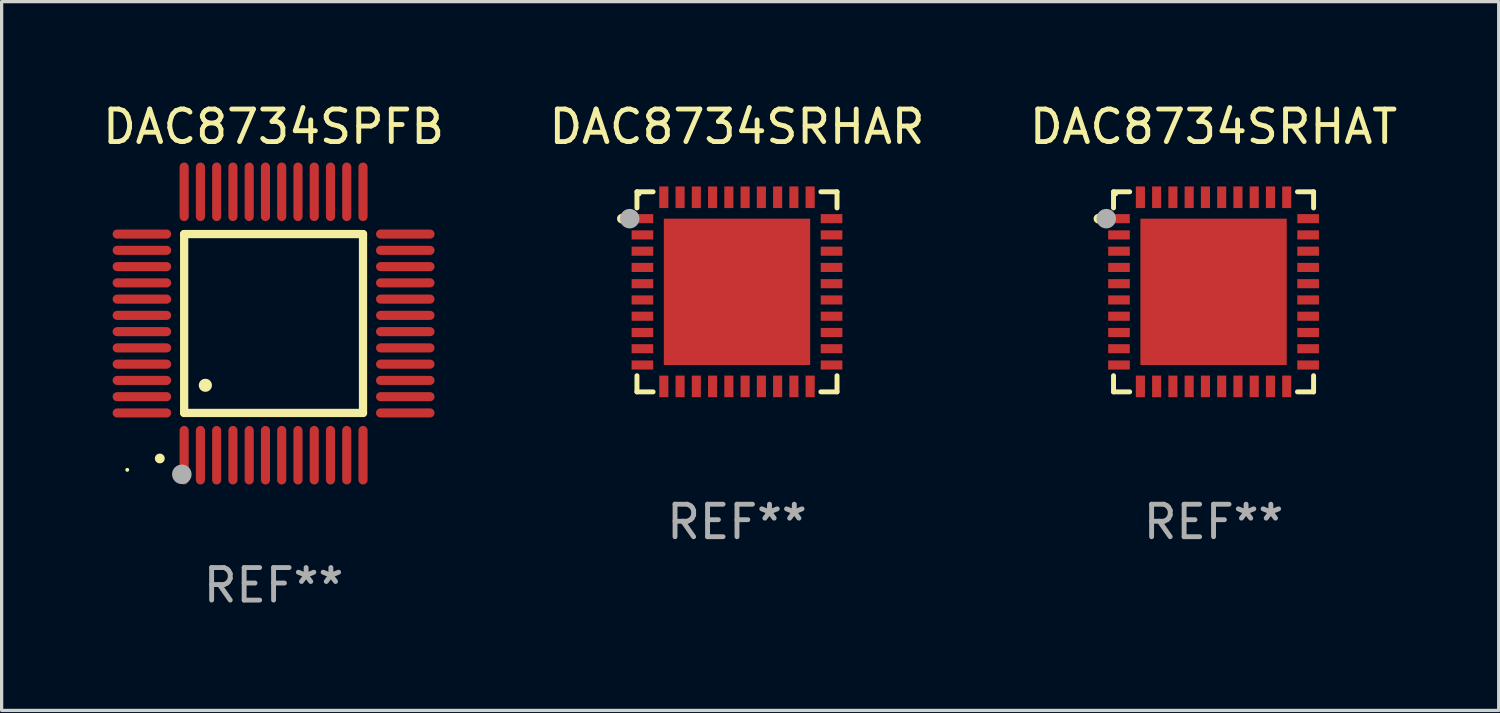
<source format=kicad_pcb>
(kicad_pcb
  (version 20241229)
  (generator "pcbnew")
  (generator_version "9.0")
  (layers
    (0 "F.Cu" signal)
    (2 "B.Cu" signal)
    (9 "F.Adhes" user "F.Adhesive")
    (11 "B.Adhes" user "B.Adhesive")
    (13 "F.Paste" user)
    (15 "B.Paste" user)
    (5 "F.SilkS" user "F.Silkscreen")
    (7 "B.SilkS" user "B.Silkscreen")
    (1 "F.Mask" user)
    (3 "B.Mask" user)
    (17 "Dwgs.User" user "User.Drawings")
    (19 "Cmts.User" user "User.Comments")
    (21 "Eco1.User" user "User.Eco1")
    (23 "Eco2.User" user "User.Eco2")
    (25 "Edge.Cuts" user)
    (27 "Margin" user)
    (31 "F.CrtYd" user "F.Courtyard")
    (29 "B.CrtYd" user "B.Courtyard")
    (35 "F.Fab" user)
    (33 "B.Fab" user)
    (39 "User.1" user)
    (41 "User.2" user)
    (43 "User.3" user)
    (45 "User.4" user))
  (footprint "DAC8734SPFB"
    (layer "F.Cu")
    (at 5.363 6.898)
    (property "Reference" "DAC8734SPFB" (at 0 -6.05 0) (layer "F.SilkS") (effects (font (size 1 1) (thickness 0.15))))
    (attr through_hole)
    (fp_line (start -2.75 -2.75) (end 2.75 -2.75) (stroke (width 0.254) (type solid)) (layer "F.SilkS"))
    (fp_line (start -2.75 2.75) (end -2.75 -2.75) (stroke (width 0.254) (type solid)) (layer "F.SilkS"))
    (fp_line (start 2.75 -2.75) (end 2.75 2.75) (stroke (width 0.254) (type solid)) (layer "F.SilkS"))
    (fp_line (start 2.75 2.75) (end -2.75 2.75) (stroke (width 0.254) (type solid)) (layer "F.SilkS"))
    (fp_arc (start -3.500127 4.150368) (mid -3.498857 4.150363) (end -3.497587 4.150368) (stroke (width 0.3) (type solid)) (layer "F.SilkS"))
    (fp_arc (start -2.100584 1.899924) (mid -2.098044 1.899908) (end -2.095504 1.899924) (stroke (width 0.4) (type solid)) (layer "F.SilkS"))
    (fp_circle (center -4.5 4.5) (end -4.47 4.5) (stroke (width 0.06) (type solid)) (fill no) (layer "F.SilkS"))
    (fp_circle (center -2.822 4.638) (end -2.672 4.638) (stroke (width 0.3) (type solid)) (fill no) (layer "F.Fab"))
    (fp_text user "REF**" (at 0 8.05 0) (layer "F.Fab") (effects (font (size 1 1) (thickness 0.15))))
    (pad "1" smd oval (at -2.75 4.05) (size 0.28 1.8) (layers "F.Cu" "F.Mask" "F.Paste"))
    (pad "2" smd oval (at -2.25 4.05) (size 0.28 1.8) (layers "F.Cu" "F.Mask" "F.Paste"))
    (pad "3" smd oval (at -1.75 4.05) (size 0.28 1.8) (layers "F.Cu" "F.Mask" "F.Paste"))
    (pad "4" smd oval (at -1.25 4.05) (size 0.28 1.8) (layers "F.Cu" "F.Mask" "F.Paste"))
    (pad "5" smd oval (at -0.75 4.05) (size 0.28 1.8) (layers "F.Cu" "F.Mask" "F.Paste"))
    (pad "6" smd oval (at -0.25 4.05) (size 0.28 1.8) (layers "F.Cu" "F.Mask" "F.Paste"))
    (pad "7" smd oval (at 0.25 4.05) (size 0.28 1.8) (layers "F.Cu" "F.Mask" "F.Paste"))
    (pad "8" smd oval (at 0.75 4.05) (size 0.28 1.8) (layers "F.Cu" "F.Mask" "F.Paste"))
    (pad "9" smd oval (at 1.25 4.05) (size 0.28 1.8) (layers "F.Cu" "F.Mask" "F.Paste"))
    (pad "10" smd oval (at 1.75 4.05) (size 0.28 1.8) (layers "F.Cu" "F.Mask" "F.Paste"))
    (pad "11" smd oval (at 2.25 4.05) (size 0.28 1.8) (layers "F.Cu" "F.Mask" "F.Paste"))
    (pad "12" smd oval (at 2.75 4.05) (size 0.28 1.8) (layers "F.Cu" "F.Mask" "F.Paste"))
    (pad "13" smd oval (at 4.05 2.75) (size 1.8 0.28) (layers "F.Cu" "F.Mask" "F.Paste"))
    (pad "14" smd oval (at 4.05 2.25) (size 1.8 0.28) (layers "F.Cu" "F.Mask" "F.Paste"))
    (pad "15" smd oval (at 4.05 1.75) (size 1.8 0.28) (layers "F.Cu" "F.Mask" "F.Paste"))
    (pad "16" smd oval (at 4.05 1.25) (size 1.8 0.28) (layers "F.Cu" "F.Mask" "F.Paste"))
    (pad "17" smd oval (at 4.05 0.75) (size 1.8 0.28) (layers "F.Cu" "F.Mask" "F.Paste"))
    (pad "18" smd oval (at 4.05 0.25) (size 1.8 0.28) (layers "F.Cu" "F.Mask" "F.Paste"))
    (pad "19" smd oval (at 4.05 -0.25) (size 1.8 0.28) (layers "F.Cu" "F.Mask" "F.Paste"))
    (pad "20" smd oval (at 4.05 -0.75) (size 1.8 0.28) (layers "F.Cu" "F.Mask" "F.Paste"))
    (pad "21" smd oval (at 4.05 -1.25) (size 1.8 0.28) (layers "F.Cu" "F.Mask" "F.Paste"))
    (pad "22" smd oval (at 4.05 -1.75) (size 1.8 0.28) (layers "F.Cu" "F.Mask" "F.Paste"))
    (pad "23" smd oval (at 4.05 -2.25) (size 1.8 0.28) (layers "F.Cu" "F.Mask" "F.Paste"))
    (pad "24" smd oval (at 4.05 -2.75) (size 1.8 0.28) (layers "F.Cu" "F.Mask" "F.Paste"))
    (pad "25" smd oval (at 2.75 -4.05) (size 0.28 1.8) (layers "F.Cu" "F.Mask" "F.Paste"))
    (pad "26" smd oval (at 2.25 -4.05) (size 0.28 1.8) (layers "F.Cu" "F.Mask" "F.Paste"))
    (pad "27" smd oval (at 1.75 -4.05) (size 0.28 1.8) (layers "F.Cu" "F.Mask" "F.Paste"))
    (pad "28" smd oval (at 1.25 -4.05) (size 0.28 1.8) (layers "F.Cu" "F.Mask" "F.Paste"))
    (pad "29" smd oval (at 0.75 -4.05) (size 0.28 1.8) (layers "F.Cu" "F.Mask" "F.Paste"))
    (pad "30" smd oval (at 0.25 -4.05) (size 0.28 1.8) (layers "F.Cu" "F.Mask" "F.Paste"))
    (pad "31" smd oval (at -0.25 -4.05) (size 0.28 1.8) (layers "F.Cu" "F.Mask" "F.Paste"))
    (pad "32" smd oval (at -0.75 -4.05) (size 0.28 1.8) (layers "F.Cu" "F.Mask" "F.Paste"))
    (pad "33" smd oval (at -1.25 -4.05) (size 0.28 1.8) (layers "F.Cu" "F.Mask" "F.Paste"))
    (pad "34" smd oval (at -1.75 -4.05) (size 0.28 1.8) (layers "F.Cu" "F.Mask" "F.Paste"))
    (pad "35" smd oval (at -2.25 -4.05) (size 0.28 1.8) (layers "F.Cu" "F.Mask" "F.Paste"))
    (pad "36" smd oval (at -2.75 -4.05) (size 0.28 1.8) (layers "F.Cu" "F.Mask" "F.Paste"))
    (pad "37" smd oval (at -4.05 -2.75) (size 1.8 0.28) (layers "F.Cu" "F.Mask" "F.Paste"))
    (pad "38" smd oval (at -4.05 -2.25) (size 1.8 0.28) (layers "F.Cu" "F.Mask" "F.Paste"))
    (pad "39" smd oval (at -4.05 -1.75) (size 1.8 0.28) (layers "F.Cu" "F.Mask" "F.Paste"))
    (pad "40" smd oval (at -4.05 -1.25) (size 1.8 0.28) (layers "F.Cu" "F.Mask" "F.Paste"))
    (pad "41" smd oval (at -4.05 -0.75) (size 1.8 0.28) (layers "F.Cu" "F.Mask" "F.Paste"))
    (pad "42" smd oval (at -4.05 -0.25) (size 1.8 0.28) (layers "F.Cu" "F.Mask" "F.Paste"))
    (pad "43" smd oval (at -4.05 0.25) (size 1.8 0.28) (layers "F.Cu" "F.Mask" "F.Paste"))
    (pad "44" smd oval (at -4.05 0.75) (size 1.8 0.28) (layers "F.Cu" "F.Mask" "F.Paste"))
    (pad "45" smd oval (at -4.05 1.25) (size 1.8 0.28) (layers "F.Cu" "F.Mask" "F.Paste"))
    (pad "46" smd oval (at -4.05 1.75) (size 1.8 0.28) (layers "F.Cu" "F.Mask" "F.Paste"))
    (pad "47" smd oval (at -4.05 2.25) (size 1.8 0.28) (layers "F.Cu" "F.Mask" "F.Paste"))
    (pad "48" smd oval (at -4.05 2.75) (size 1.8 0.28) (layers "F.Cu" "F.Mask" "F.Paste")))
  (footprint "DAC8734SRHAR"
    (layer "F.Cu")
    (at 19.613 5.924)
    (property "Reference" "DAC8734SRHAR" (at 0 -5.076 0) (layer "F.SilkS") (effects (font (size 1 1) (thickness 0.15))))
    (attr through_hole)
    (fp_line (start -3.076 -3.076) (end -3.076 -2.58) (stroke (width 0.152) (type solid)) (layer "F.SilkS"))
    (fp_line (start -3.076 3.076) (end -3.076 2.58) (stroke (width 0.152) (type solid)) (layer "F.SilkS"))
    (fp_line (start -2.58 -3.076) (end -3.076 -3.076) (stroke (width 0.152) (type solid)) (layer "F.SilkS"))
    (fp_line (start -2.58 3.076) (end -3.076 3.076) (stroke (width 0.152) (type solid)) (layer "F.SilkS"))
    (fp_line (start 2.58 -3.076) (end 3.076 -3.076) (stroke (width 0.152) (type solid)) (layer "F.SilkS"))
    (fp_line (start 2.58 3.076) (end 3.076 3.076) (stroke (width 0.152) (type solid)) (layer "F.SilkS"))
    (fp_line (start 3.076 -3.076) (end 3.076 -2.58) (stroke (width 0.152) (type solid)) (layer "F.SilkS"))
    (fp_line (start 3.076 3.076) (end 3.076 2.58) (stroke (width 0.152) (type solid)) (layer "F.SilkS"))
    (fp_circle (center -3.54 -2.25) (end -3.465 -2.25) (stroke (width 0.15) (type solid)) (fill no) (layer "F.SilkS"))
    (fp_circle (center -3 -3) (end -2.97 -3) (stroke (width 0.06) (type solid)) (fill no) (layer "F.SilkS"))
    (fp_circle (center -3.3 -2.25) (end -3.15 -2.25) (stroke (width 0.3) (type solid)) (fill no) (layer "F.Fab"))
    (fp_text user "REF**" (at 0 7.076 0) (layer "F.Fab") (effects (font (size 1 1) (thickness 0.15))))
    (pad "1" smd rect (at -2.908 -2.25) (size 0.665 0.28) (layers "F.Cu" "F.Mask" "F.Paste"))
    (pad "2" smd rect (at -2.908 -1.75) (size 0.665 0.28) (layers "F.Cu" "F.Mask" "F.Paste"))
    (pad "3" smd rect (at -2.908 -1.25) (size 0.665 0.28) (layers "F.Cu" "F.Mask" "F.Paste"))
    (pad "4" smd rect (at -2.908 -0.75) (size 0.665 0.28) (layers "F.Cu" "F.Mask" "F.Paste"))
    (pad "5" smd rect (at -2.908 -0.25) (size 0.665 0.28) (layers "F.Cu" "F.Mask" "F.Paste"))
    (pad "6" smd rect (at -2.908 0.25) (size 0.665 0.28) (layers "F.Cu" "F.Mask" "F.Paste"))
    (pad "7" smd rect (at -2.908 0.75) (size 0.665 0.28) (layers "F.Cu" "F.Mask" "F.Paste"))
    (pad "8" smd rect (at -2.908 1.25) (size 0.665 0.28) (layers "F.Cu" "F.Mask" "F.Paste"))
    (pad "9" smd rect (at -2.908 1.75) (size 0.665 0.28) (layers "F.Cu" "F.Mask" "F.Paste"))
    (pad "10" smd rect (at -2.908 2.25) (size 0.665 0.28) (layers "F.Cu" "F.Mask" "F.Paste"))
    (pad "11" smd rect (at -2.25 2.908) (size 0.28 0.665) (layers "F.Cu" "F.Mask" "F.Paste"))
    (pad "12" smd rect (at -1.75 2.908) (size 0.28 0.665) (layers "F.Cu" "F.Mask" "F.Paste"))
    (pad "13" smd rect (at -1.25 2.908) (size 0.28 0.665) (layers "F.Cu" "F.Mask" "F.Paste"))
    (pad "14" smd rect (at -0.75 2.908) (size 0.28 0.665) (layers "F.Cu" "F.Mask" "F.Paste"))
    (pad "15" smd rect (at -0.25 2.908) (size 0.28 0.665) (layers "F.Cu" "F.Mask" "F.Paste"))
    (pad "16" smd rect (at 0.25 2.908) (size 0.28 0.665) (layers "F.Cu" "F.Mask" "F.Paste"))
    (pad "17" smd rect (at 0.75 2.908) (size 0.28 0.665) (layers "F.Cu" "F.Mask" "F.Paste"))
    (pad "18" smd rect (at 1.25 2.908) (size 0.28 0.665) (layers "F.Cu" "F.Mask" "F.Paste"))
    (pad "19" smd rect (at 1.75 2.908) (size 0.28 0.665) (layers "F.Cu" "F.Mask" "F.Paste"))
    (pad "20" smd rect (at 2.25 2.908) (size 0.28 0.665) (layers "F.Cu" "F.Mask" "F.Paste"))
    (pad "21" smd rect (at 2.908 2.25) (size 0.665 0.28) (layers "F.Cu" "F.Mask" "F.Paste"))
    (pad "22" smd rect (at 2.908 1.75) (size 0.665 0.28) (layers "F.Cu" "F.Mask" "F.Paste"))
    (pad "23" smd rect (at 2.908 1.25) (size 0.665 0.28) (layers "F.Cu" "F.Mask" "F.Paste"))
    (pad "24" smd rect (at 2.908 0.75) (size 0.665 0.28) (layers "F.Cu" "F.Mask" "F.Paste"))
    (pad "25" smd rect (at 2.908 0.25) (size 0.665 0.28) (layers "F.Cu" "F.Mask" "F.Paste"))
    (pad "26" smd rect (at 2.908 -0.25) (size 0.665 0.28) (layers "F.Cu" "F.Mask" "F.Paste"))
    (pad "27" smd rect (at 2.908 -0.75) (size 0.665 0.28) (layers "F.Cu" "F.Mask" "F.Paste"))
    (pad "28" smd rect (at 2.908 -1.25) (size 0.665 0.28) (layers "F.Cu" "F.Mask" "F.Paste"))
    (pad "29" smd rect (at 2.908 -1.75) (size 0.665 0.28) (layers "F.Cu" "F.Mask" "F.Paste"))
    (pad "30" smd rect (at 2.908 -2.25) (size 0.665 0.28) (layers "F.Cu" "F.Mask" "F.Paste"))
    (pad "31" smd rect (at 2.25 -2.908) (size 0.28 0.665) (layers "F.Cu" "F.Mask" "F.Paste"))
    (pad "32" smd rect (at 1.75 -2.908) (size 0.28 0.665) (layers "F.Cu" "F.Mask" "F.Paste"))
    (pad "33" smd rect (at 1.25 -2.908) (size 0.28 0.665) (layers "F.Cu" "F.Mask" "F.Paste"))
    (pad "34" smd rect (at 0.75 -2.908) (size 0.28 0.665) (layers "F.Cu" "F.Mask" "F.Paste"))
    (pad "35" smd rect (at 0.25 -2.908) (size 0.28 0.665) (layers "F.Cu" "F.Mask" "F.Paste"))
    (pad "36" smd rect (at -0.25 -2.908) (size 0.28 0.665) (layers "F.Cu" "F.Mask" "F.Paste"))
    (pad "37" smd rect (at -0.75 -2.908) (size 0.28 0.665) (layers "F.Cu" "F.Mask" "F.Paste"))
    (pad "38" smd rect (at -1.25 -2.908) (size 0.28 0.665) (layers "F.Cu" "F.Mask" "F.Paste"))
    (pad "39" smd rect (at -1.75 -2.908) (size 0.28 0.665) (layers "F.Cu" "F.Mask" "F.Paste"))
    (pad "40" smd rect (at -2.25 -2.908) (size 0.28 0.665) (layers "F.Cu" "F.Mask" "F.Paste"))
    (pad "41" smd rect (at 0 0) (size 4.5 4.5) (layers "F.Cu" "F.Mask" "F.Paste")))
  (footprint "DAC8734SRHAT"
    (layer "F.Cu")
    (at 34.268 5.924)
    (property "Reference" "DAC8734SRHAT" (at 0 -5.076 0) (layer "F.SilkS") (effects (font (size 1 1) (thickness 0.15))))
    (attr through_hole)
    (fp_line (start -3.076 -3.076) (end -3.076 -2.58) (stroke (width 0.152) (type solid)) (layer "F.SilkS"))
    (fp_line (start -3.076 3.076) (end -3.076 2.58) (stroke (width 0.152) (type solid)) (layer "F.SilkS"))
    (fp_line (start -2.58 -3.076) (end -3.076 -3.076) (stroke (width 0.152) (type solid)) (layer "F.SilkS"))
    (fp_line (start -2.58 3.076) (end -3.076 3.076) (stroke (width 0.152) (type solid)) (layer "F.SilkS"))
    (fp_line (start 2.58 -3.076) (end 3.076 -3.076) (stroke (width 0.152) (type solid)) (layer "F.SilkS"))
    (fp_line (start 2.58 3.076) (end 3.076 3.076) (stroke (width 0.152) (type solid)) (layer "F.SilkS"))
    (fp_line (start 3.076 -3.076) (end 3.076 -2.58) (stroke (width 0.152) (type solid)) (layer "F.SilkS"))
    (fp_line (start 3.076 3.076) (end 3.076 2.58) (stroke (width 0.152) (type solid)) (layer "F.SilkS"))
    (fp_circle (center -3.54 -2.25) (end -3.465 -2.25) (stroke (width 0.15) (type solid)) (fill no) (layer "F.SilkS"))
    (fp_circle (center -3 -3) (end -2.97 -3) (stroke (width 0.06) (type solid)) (fill no) (layer "F.SilkS"))
    (fp_circle (center -3.3 -2.25) (end -3.15 -2.25) (stroke (width 0.3) (type solid)) (fill no) (layer "F.Fab"))
    (fp_text user "REF**" (at 0 7.076 0) (layer "F.Fab") (effects (font (size 1 1) (thickness 0.15))))
    (pad "1" smd rect (at -2.908 -2.25) (size 0.665 0.28) (layers "F.Cu" "F.Mask" "F.Paste"))
    (pad "2" smd rect (at -2.908 -1.75) (size 0.665 0.28) (layers "F.Cu" "F.Mask" "F.Paste"))
    (pad "3" smd rect (at -2.908 -1.25) (size 0.665 0.28) (layers "F.Cu" "F.Mask" "F.Paste"))
    (pad "4" smd rect (at -2.908 -0.75) (size 0.665 0.28) (layers "F.Cu" "F.Mask" "F.Paste"))
    (pad "5" smd rect (at -2.908 -0.25) (size 0.665 0.28) (layers "F.Cu" "F.Mask" "F.Paste"))
    (pad "6" smd rect (at -2.908 0.25) (size 0.665 0.28) (layers "F.Cu" "F.Mask" "F.Paste"))
    (pad "7" smd rect (at -2.908 0.75) (size 0.665 0.28) (layers "F.Cu" "F.Mask" "F.Paste"))
    (pad "8" smd rect (at -2.908 1.25) (size 0.665 0.28) (layers "F.Cu" "F.Mask" "F.Paste"))
    (pad "9" smd rect (at -2.908 1.75) (size 0.665 0.28) (layers "F.Cu" "F.Mask" "F.Paste"))
    (pad "10" smd rect (at -2.908 2.25) (size 0.665 0.28) (layers "F.Cu" "F.Mask" "F.Paste"))
    (pad "11" smd rect (at -2.25 2.908) (size 0.28 0.665) (layers "F.Cu" "F.Mask" "F.Paste"))
    (pad "12" smd rect (at -1.75 2.908) (size 0.28 0.665) (layers "F.Cu" "F.Mask" "F.Paste"))
    (pad "13" smd rect (at -1.25 2.908) (size 0.28 0.665) (layers "F.Cu" "F.Mask" "F.Paste"))
    (pad "14" smd rect (at -0.75 2.908) (size 0.28 0.665) (layers "F.Cu" "F.Mask" "F.Paste"))
    (pad "15" smd rect (at -0.25 2.908) (size 0.28 0.665) (layers "F.Cu" "F.Mask" "F.Paste"))
    (pad "16" smd rect (at 0.25 2.908) (size 0.28 0.665) (layers "F.Cu" "F.Mask" "F.Paste"))
    (pad "17" smd rect (at 0.75 2.908) (size 0.28 0.665) (layers "F.Cu" "F.Mask" "F.Paste"))
    (pad "18" smd rect (at 1.25 2.908) (size 0.28 0.665) (layers "F.Cu" "F.Mask" "F.Paste"))
    (pad "19" smd rect (at 1.75 2.908) (size 0.28 0.665) (layers "F.Cu" "F.Mask" "F.Paste"))
    (pad "20" smd rect (at 2.25 2.908) (size 0.28 0.665) (layers "F.Cu" "F.Mask" "F.Paste"))
    (pad "21" smd rect (at 2.908 2.25) (size 0.665 0.28) (layers "F.Cu" "F.Mask" "F.Paste"))
    (pad "22" smd rect (at 2.908 1.75) (size 0.665 0.28) (layers "F.Cu" "F.Mask" "F.Paste"))
    (pad "23" smd rect (at 2.908 1.25) (size 0.665 0.28) (layers "F.Cu" "F.Mask" "F.Paste"))
    (pad "24" smd rect (at 2.908 0.75) (size 0.665 0.28) (layers "F.Cu" "F.Mask" "F.Paste"))
    (pad "25" smd rect (at 2.908 0.25) (size 0.665 0.28) (layers "F.Cu" "F.Mask" "F.Paste"))
    (pad "26" smd rect (at 2.908 -0.25) (size 0.665 0.28) (layers "F.Cu" "F.Mask" "F.Paste"))
    (pad "27" smd rect (at 2.908 -0.75) (size 0.665 0.28) (layers "F.Cu" "F.Mask" "F.Paste"))
    (pad "28" smd rect (at 2.908 -1.25) (size 0.665 0.28) (layers "F.Cu" "F.Mask" "F.Paste"))
    (pad "29" smd rect (at 2.908 -1.75) (size 0.665 0.28) (layers "F.Cu" "F.Mask" "F.Paste"))
    (pad "30" smd rect (at 2.908 -2.25) (size 0.665 0.28) (layers "F.Cu" "F.Mask" "F.Paste"))
    (pad "31" smd rect (at 2.25 -2.908) (size 0.28 0.665) (layers "F.Cu" "F.Mask" "F.Paste"))
    (pad "32" smd rect (at 1.75 -2.908) (size 0.28 0.665) (layers "F.Cu" "F.Mask" "F.Paste"))
    (pad "33" smd rect (at 1.25 -2.908) (size 0.28 0.665) (layers "F.Cu" "F.Mask" "F.Paste"))
    (pad "34" smd rect (at 0.75 -2.908) (size 0.28 0.665) (layers "F.Cu" "F.Mask" "F.Paste"))
    (pad "35" smd rect (at 0.25 -2.908) (size 0.28 0.665) (layers "F.Cu" "F.Mask" "F.Paste"))
    (pad "36" smd rect (at -0.25 -2.908) (size 0.28 0.665) (layers "F.Cu" "F.Mask" "F.Paste"))
    (pad "37" smd rect (at -0.75 -2.908) (size 0.28 0.665) (layers "F.Cu" "F.Mask" "F.Paste"))
    (pad "38" smd rect (at -1.25 -2.908) (size 0.28 0.665) (layers "F.Cu" "F.Mask" "F.Paste"))
    (pad "39" smd rect (at -1.75 -2.908) (size 0.28 0.665) (layers "F.Cu" "F.Mask" "F.Paste"))
    (pad "40" smd rect (at -2.25 -2.908) (size 0.28 0.665) (layers "F.Cu" "F.Mask" "F.Paste"))
    (pad "41" smd rect (at 0 0) (size 4.5 4.5) (layers "F.Cu" "F.Mask" "F.Paste")))
  (gr_rect
    (start -3 -3)
    (end 43.036 18.797)
    (stroke (width 0.1) (type default))
    (fill no)
    (layer "Edge.Cuts")))
</source>
